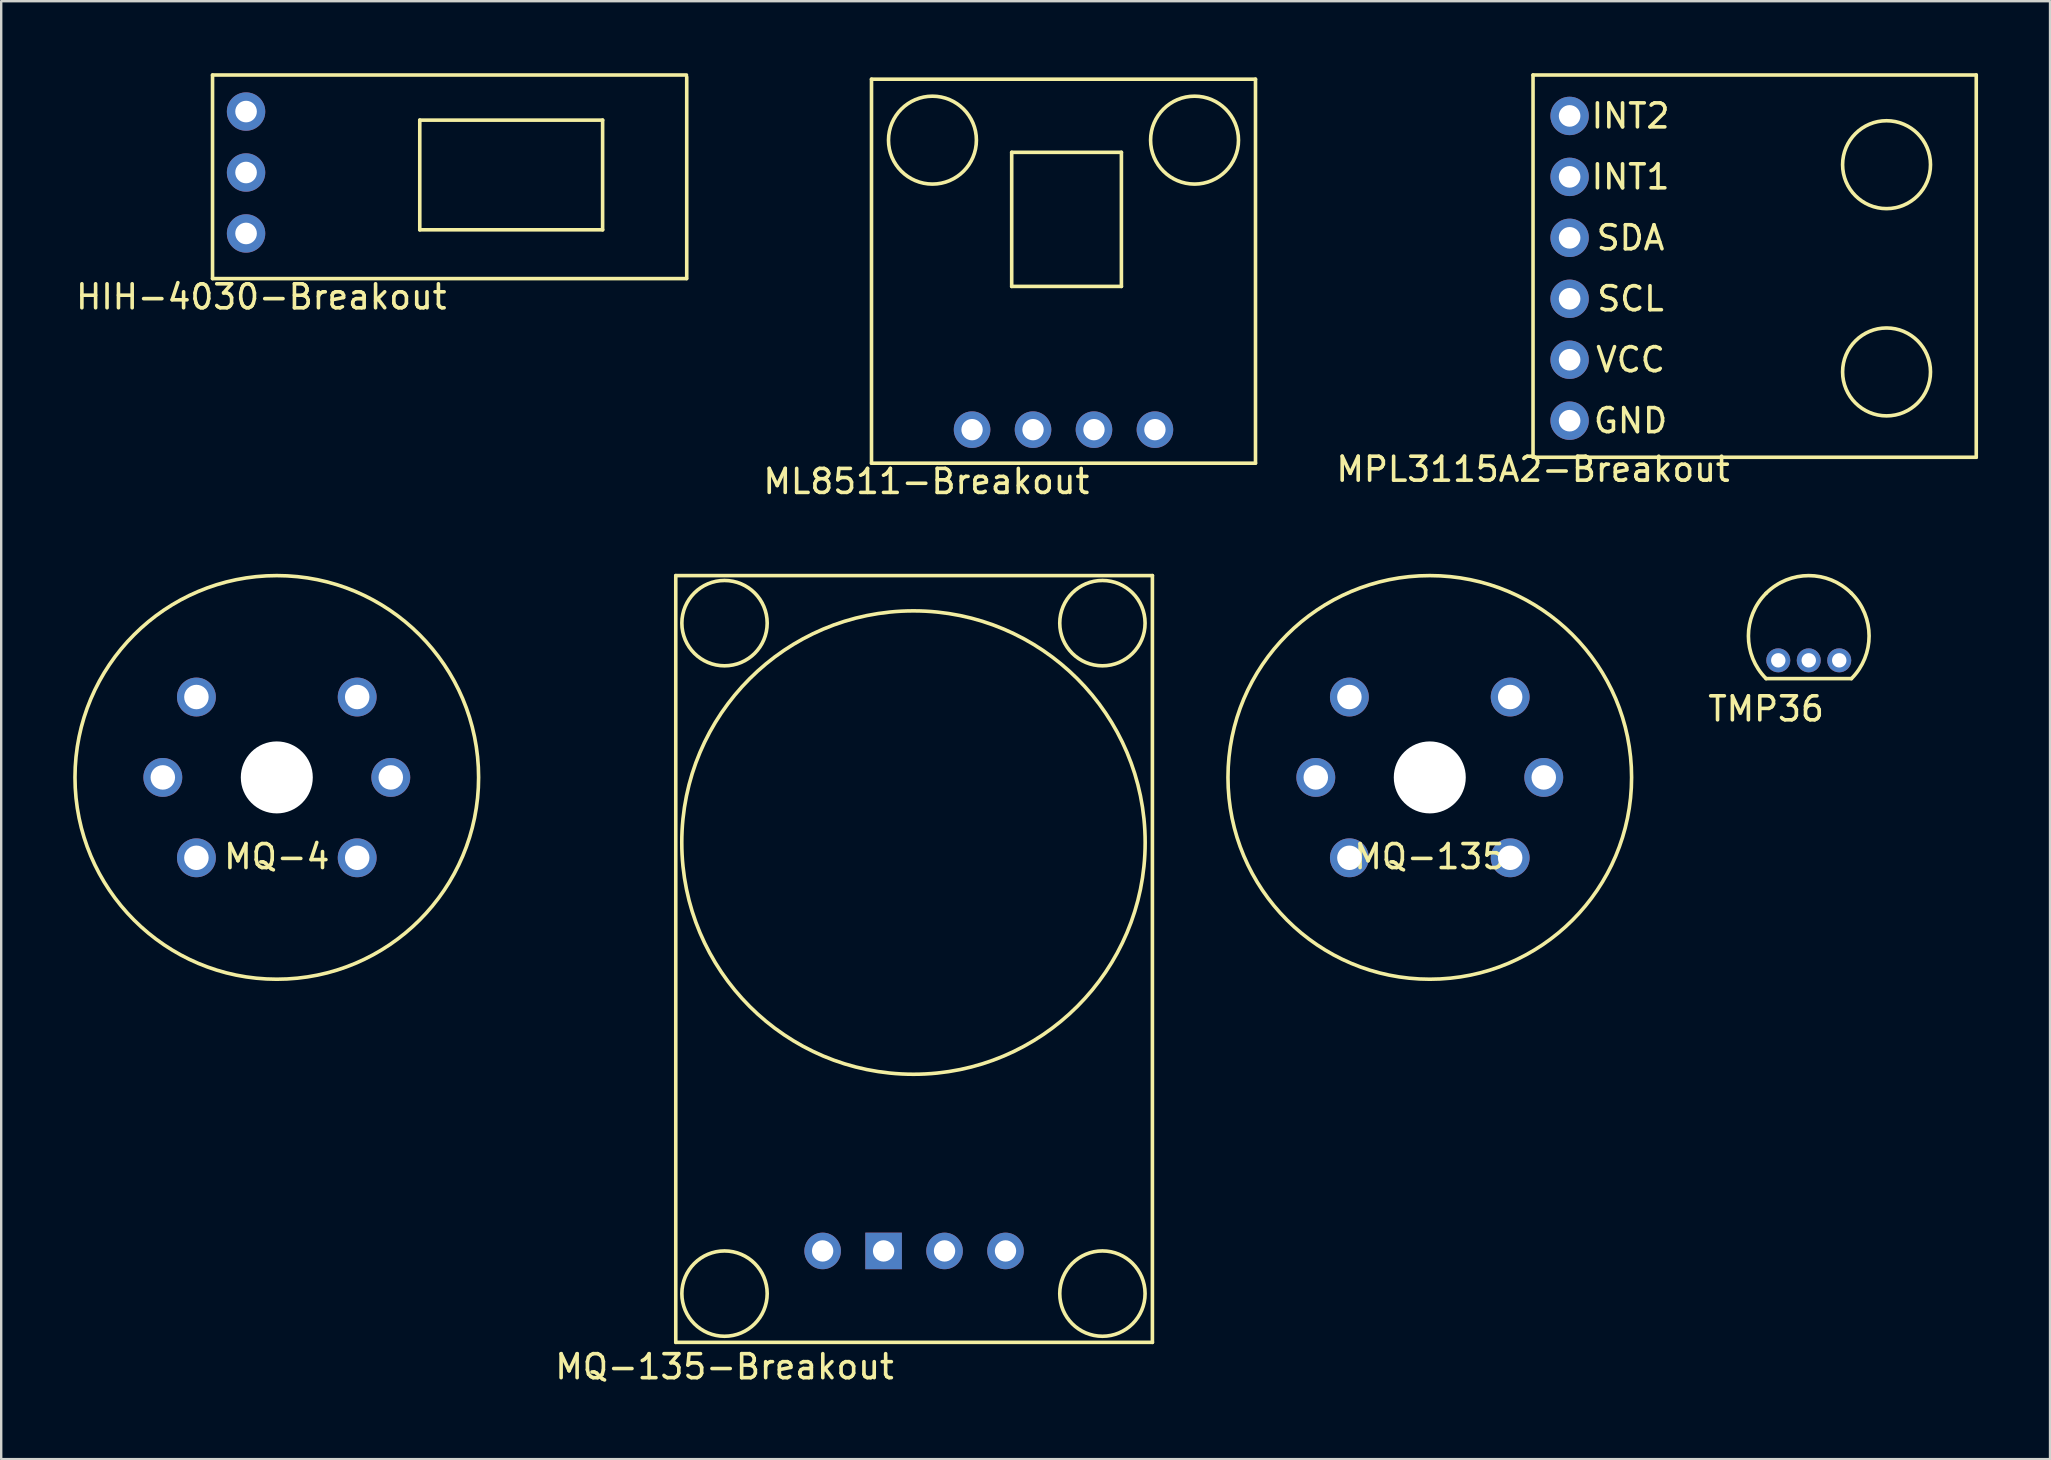
<source format=kicad_pcb>
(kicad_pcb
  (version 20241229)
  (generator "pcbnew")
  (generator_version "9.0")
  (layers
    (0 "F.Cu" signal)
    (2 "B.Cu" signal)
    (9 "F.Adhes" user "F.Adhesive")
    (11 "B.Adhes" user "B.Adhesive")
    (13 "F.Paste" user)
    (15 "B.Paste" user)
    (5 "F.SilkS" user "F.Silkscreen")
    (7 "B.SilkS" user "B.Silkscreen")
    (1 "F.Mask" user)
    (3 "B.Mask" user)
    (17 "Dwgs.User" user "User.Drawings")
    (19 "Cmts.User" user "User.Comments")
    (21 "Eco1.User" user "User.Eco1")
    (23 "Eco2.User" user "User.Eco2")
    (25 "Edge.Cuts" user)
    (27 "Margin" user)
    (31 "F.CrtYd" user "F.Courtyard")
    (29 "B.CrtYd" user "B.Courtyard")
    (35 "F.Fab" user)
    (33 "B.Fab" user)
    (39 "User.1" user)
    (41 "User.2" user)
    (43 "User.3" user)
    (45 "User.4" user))
  (footprint "MQ-4"
    (layer "F.Cu")
    (at 8.485 29.347)
    (property "Reference" "MQ-4" (at 0 3.302 0) (layer "F.SilkS") (effects (font (size 1 1) (thickness 0.15))))
    (attr through_hole)
    (fp_circle (center 0 0) (end 8.41 0) (stroke (width 0.15) (type solid)) (fill no) (layer "F.SilkS"))
    (pad "" np_thru_hole circle (at 0 0) (size 3 3) (drill 3) (layers "*.Cu" "*.Mask"))
    (pad "1" thru_hole circle (at -4.75 0) (size 1.62 1.62) (drill 1.02) (layers "*.Cu" "*.Mask"))
    (pad "1" thru_hole circle (at -3.35 -3.35) (size 1.62 1.62) (drill 1.02) (layers "*.Cu" "*.Mask"))
    (pad "1" thru_hole circle (at -3.35 3.35) (size 1.62 1.62) (drill 1.02) (layers "*.Cu" "*.Mask"))
    (pad "2" thru_hole circle (at 3.35 -3.35) (size 1.62 1.62) (drill 1.02) (layers "*.Cu" "*.Mask"))
    (pad "2" thru_hole circle (at 3.35 3.35) (size 1.62 1.62) (drill 1.02) (layers "*.Cu" "*.Mask"))
    (pad "3" thru_hole circle (at 4.75 0) (size 1.62 1.62) (drill 1.02) (layers "*.Cu" "*.Mask")))
  (footprint "HIH-4030-Breakout"
    (layer "F.Cu")
    (at 5.807 8.559)
    (property "Reference" "HIH-4030-Breakout" (at 2.032 0.762 0) (layer "F.SilkS") (effects (font (size 1 1) (thickness 0.15))))
    (attr through_hole)
    (fp_line (start 0 -8.484) (end 19.75 -8.484) (stroke (width 0.15) (type solid)) (layer "F.SilkS"))
    (fp_line (start 0 0) (end 0 -8.48) (stroke (width 0.15) (type solid)) (layer "F.SilkS"))
    (fp_line (start 0 0) (end 19.75 0) (stroke (width 0.15) (type solid)) (layer "F.SilkS"))
    (fp_line (start 8.636 -6.604) (end 16.256 -6.604) (stroke (width 0.15) (type solid)) (layer "F.SilkS"))
    (fp_line (start 8.636 -2.032) (end 8.636 -6.604) (stroke (width 0.15) (type solid)) (layer "F.SilkS"))
    (fp_line (start 16.256 -6.604) (end 16.256 -2.032) (stroke (width 0.15) (type solid)) (layer "F.SilkS"))
    (fp_line (start 16.256 -2.032) (end 8.636 -2.032) (stroke (width 0.15) (type solid)) (layer "F.SilkS"))
    (fp_line (start 19.761 0) (end 19.761 -8.4) (stroke (width 0.15) (type solid)) (layer "F.SilkS"))
    (pad "1" thru_hole circle (at 1.397 -1.88) (size 1.6 1.6) (drill 0.9) (layers "*.Cu" "*.Mask"))
    (pad "2" thru_hole circle (at 1.397 -4.42) (size 1.6 1.6) (drill 0.9) (layers "*.Cu" "*.Mask"))
    (pad "3" thru_hole circle (at 1.397 -6.96) (size 1.6 1.6) (drill 0.9) (layers "*.Cu" "*.Mask")))
  (footprint "TMP36"
    (layer "F.Cu")
    (at 70.548 25.992)
    (property "Reference" "TMP36" (at 0 0.5 0) (layer "F.SilkS") (effects (font (size 1 1) (thickness 0.15))))
    (attr through_hole)
    (fp_line (start 0 -0.762) (end 3.556 -0.762) (stroke (width 0.15) (type solid)) (layer "F.SilkS"))
    (fp_arc (start 0 -4.318) (mid 1.778 -5.054472) (end 3.556 -4.318) (stroke (width 0.15) (type solid)) (layer "F.SilkS"))
    (fp_arc (start 0 -0.762) (mid -0.736472 -2.54) (end 0 -4.318) (stroke (width 0.15) (type solid)) (layer "F.SilkS"))
    (fp_arc (start 3.556 -4.318) (mid 4.292472 -2.54) (end 3.556 -0.762) (stroke (width 0.15) (type solid)) (layer "F.SilkS"))
    (pad "1" thru_hole circle (at 0.508 -1.524) (size 1 1) (drill 0.6) (layers "*.Cu" "*.Mask"))
    (pad "2" thru_hole circle (at 1.778 -1.524) (size 1 1) (drill 0.6) (layers "*.Cu" "*.Mask"))
    (pad "3" thru_hole circle (at 3.048 -1.524) (size 1 1) (drill 0.6) (layers "*.Cu" "*.Mask")))
  (footprint "MQ-135-Breakout"
    (layer "F.Cu")
    (at 25.111 52.89)
    (property "Reference" "MQ-135-Breakout" (at 2.032 1.016 0) (layer "F.SilkS") (effects (font (size 1 1) (thickness 0.15))))
    (attr through_hole)
    (fp_line (start 0 -31.953) (end 0 0) (stroke (width 0.15) (type solid)) (layer "F.SilkS"))
    (fp_line (start 0 -31.953) (end 19.863 -31.953) (stroke (width 0.15) (type solid)) (layer "F.SilkS"))
    (fp_line (start 0 0) (end 19.863 0) (stroke (width 0.15) (type solid)) (layer "F.SilkS"))
    (fp_line (start 19.863 0) (end 19.863 -31.953) (stroke (width 0.15) (type solid)) (layer "F.SilkS"))
    (fp_circle (center 2.032 -29.972) (end 2.032 -31.75) (stroke (width 0.15) (type solid)) (fill no) (layer "F.SilkS"))
    (fp_circle (center 2.032 -2.032) (end 3.81 -2.032) (stroke (width 0.15) (type solid)) (fill no) (layer "F.SilkS"))
    (fp_circle (center 9.906 -20.828) (end 19.558 -21.082) (stroke (width 0.15) (type solid)) (fill no) (layer "F.SilkS"))
    (fp_circle (center 17.78 -29.972) (end 17.78 -31.75) (stroke (width 0.15) (type solid)) (fill no) (layer "F.SilkS"))
    (fp_circle (center 17.78 -2.032) (end 17.78 -0.254) (stroke (width 0.15) (type solid)) (fill no) (layer "F.SilkS"))
    (pad "1" thru_hole circle (at 6.121 -3.81) (size 1.524 1.524) (drill 0.889) (layers "*.Cu" "*.Mask"))
    (pad "2" thru_hole rect (at 8.661 -3.81) (size 1.524 1.524) (drill 0.889) (layers "*.Cu" "*.Mask"))
    (pad "3" thru_hole circle (at 11.201 -3.81) (size 1.524 1.524) (drill 0.889) (layers "*.Cu" "*.Mask"))
    (pad "4" thru_hole circle (at 13.741 -3.81) (size 1.524 1.524) (drill 0.889) (layers "*.Cu" "*.Mask")))
  (footprint "MQ-135"
    (layer "F.Cu")
    (at 56.533 29.347)
    (property "Reference" "MQ-135" (at 0 3.302 0) (layer "F.SilkS") (effects (font (size 1 1) (thickness 0.15))))
    (attr through_hole)
    (fp_circle (center 0 0) (end 8.41 0) (stroke (width 0.15) (type solid)) (fill no) (layer "F.SilkS"))
    (pad "" np_thru_hole circle (at 0 0) (size 3 3) (drill 3) (layers "*.Cu" "*.Mask"))
    (pad "1" thru_hole circle (at -4.75 0) (size 1.62 1.62) (drill 1.02) (layers "*.Cu" "*.Mask"))
    (pad "1" thru_hole circle (at -3.35 -3.35) (size 1.62 1.62) (drill 1.02) (layers "*.Cu" "*.Mask"))
    (pad "1" thru_hole circle (at -3.35 3.35) (size 1.62 1.62) (drill 1.02) (layers "*.Cu" "*.Mask"))
    (pad "2" thru_hole circle (at 3.35 -3.35) (size 1.62 1.62) (drill 1.02) (layers "*.Cu" "*.Mask"))
    (pad "2" thru_hole circle (at 3.35 3.35) (size 1.62 1.62) (drill 1.02) (layers "*.Cu" "*.Mask"))
    (pad "3" thru_hole circle (at 4.75 0) (size 1.62 1.62) (drill 1.02) (layers "*.Cu" "*.Mask")))
  (footprint "MPL3115A2-Breakout"
    (layer "F.Cu")
    (at 60.836 16.005)
    (property "Reference" "MPL3115A2-Breakout" (at 0 0.5 0) (layer "F.SilkS") (effects (font (size 1 1) (thickness 0.15))))
    (attr through_hole)
    (fp_line (start 0 -15.93) (end 0 0) (stroke (width 0.15) (type solid)) (layer "F.SilkS"))
    (fp_line (start 0 0) (end 18.47 0) (stroke (width 0.15) (type solid)) (layer "F.SilkS"))
    (fp_line (start 18.47 -15.93) (end 0 -15.93) (stroke (width 0.15) (type solid)) (layer "F.SilkS"))
    (fp_line (start 18.47 0) (end 18.47 -15.93) (stroke (width 0.15) (type solid)) (layer "F.SilkS"))
    (fp_circle (center 14.732 -12.192) (end 15.748 -10.668) (stroke (width 0.15) (type solid)) (fill no) (layer "F.SilkS"))
    (fp_circle (center 14.732 -3.556) (end 15.748 -2.032) (stroke (width 0.15) (type solid)) (fill no) (layer "F.SilkS"))
    (fp_text user "SCL" (at 4.064 -6.604 0) (layer "F.SilkS") (effects (font (size 1 1) (thickness 0.15))))
    (fp_text user "SDA" (at 4.064 -9.144 0) (layer "F.SilkS") (effects (font (size 1 1) (thickness 0.15))))
    (fp_text user "INT2" (at 4.064 -14.224 0) (layer "F.SilkS") (effects (font (size 1 1) (thickness 0.15))))
    (fp_text user "VCC" (at 4.064 -4.064 0) (layer "F.SilkS") (effects (font (size 1 1) (thickness 0.15))))
    (fp_text user "INT1" (at 4.064 -11.684 0) (layer "F.SilkS") (effects (font (size 1 1) (thickness 0.15))))
    (fp_text user "GND" (at 4.064 -1.524 0) (layer "F.SilkS") (effects (font (size 1 1) (thickness 0.15))))
    (pad "1" thru_hole circle (at 1.524 -14.224) (size 1.6 1.6) (drill 0.9) (layers "*.Cu" "*.Mask"))
    (pad "2" thru_hole circle (at 1.524 -11.684) (size 1.6 1.6) (drill 0.9) (layers "*.Cu" "*.Mask"))
    (pad "3" thru_hole circle (at 1.524 -9.144) (size 1.6 1.6) (drill 0.9) (layers "*.Cu" "*.Mask"))
    (pad "4" thru_hole circle (at 1.524 -6.604) (size 1.6 1.6) (drill 0.9) (layers "*.Cu" "*.Mask"))
    (pad "5" thru_hole circle (at 1.524 -4.064) (size 1.6 1.6) (drill 0.9) (layers "*.Cu" "*.Mask"))
    (pad "6" thru_hole circle (at 1.524 -1.524) (size 1.6 1.6) (drill 0.9) (layers "*.Cu" "*.Mask")))
  (footprint "ML8511-Breakout"
    (layer "F.Cu")
    (at 49.27 0.25)
    (property "Reference" "ML8511-Breakout" (at -13.716 16.764 0) (layer "F.SilkS") (effects (font (size 1 1) (thickness 0.15))))
    (attr through_hole)
    (fp_line (start -16.002 0) (end -16.002 16.002) (stroke (width 0.15) (type solid)) (layer "F.SilkS"))
    (fp_line (start -16.002 16.002) (end 0 16.002) (stroke (width 0.15) (type solid)) (layer "F.SilkS"))
    (fp_line (start -10.16 3.048) (end -10.16 8.636) (stroke (width 0.15) (type solid)) (layer "F.SilkS"))
    (fp_line (start -10.16 3.048) (end -5.588 3.048) (stroke (width 0.15) (type solid)) (layer "F.SilkS"))
    (fp_line (start -5.588 3.048) (end -5.588 8.636) (stroke (width 0.15) (type solid)) (layer "F.SilkS"))
    (fp_line (start -5.588 8.636) (end -10.16 8.636) (stroke (width 0.15) (type solid)) (layer "F.SilkS"))
    (fp_line (start 0 0) (end -16.002 0) (stroke (width 0.15) (type solid)) (layer "F.SilkS"))
    (fp_line (start 0 16.002) (end 0 0) (stroke (width 0.15) (type solid)) (layer "F.SilkS"))
    (fp_circle (center -13.462 2.54) (end -11.938 3.556) (stroke (width 0.15) (type solid)) (fill no) (layer "F.SilkS"))
    (fp_circle (center -2.54 2.54) (end -1.016 3.556) (stroke (width 0.15) (type solid)) (fill no) (layer "F.SilkS"))
    (pad "1" thru_hole circle (at -4.191 14.605) (size 1.524 1.524) (drill 0.889) (layers "*.Cu" "*.Mask"))
    (pad "2" thru_hole circle (at -6.731 14.605) (size 1.524 1.524) (drill 0.889) (layers "*.Cu" "*.Mask"))
    (pad "3" thru_hole circle (at -9.271 14.605) (size 1.524 1.524) (drill 0.889) (layers "*.Cu" "*.Mask"))
    (pad "4" thru_hole circle (at -11.811 14.605) (size 1.524 1.524) (drill 0.889) (layers "*.Cu" "*.Mask")))
  (gr_rect
    (start -3 -3)
    (end 82.381 57.755)
    (stroke (width 0.1) (type default))
    (fill no)
    (layer "Edge.Cuts")))
</source>
